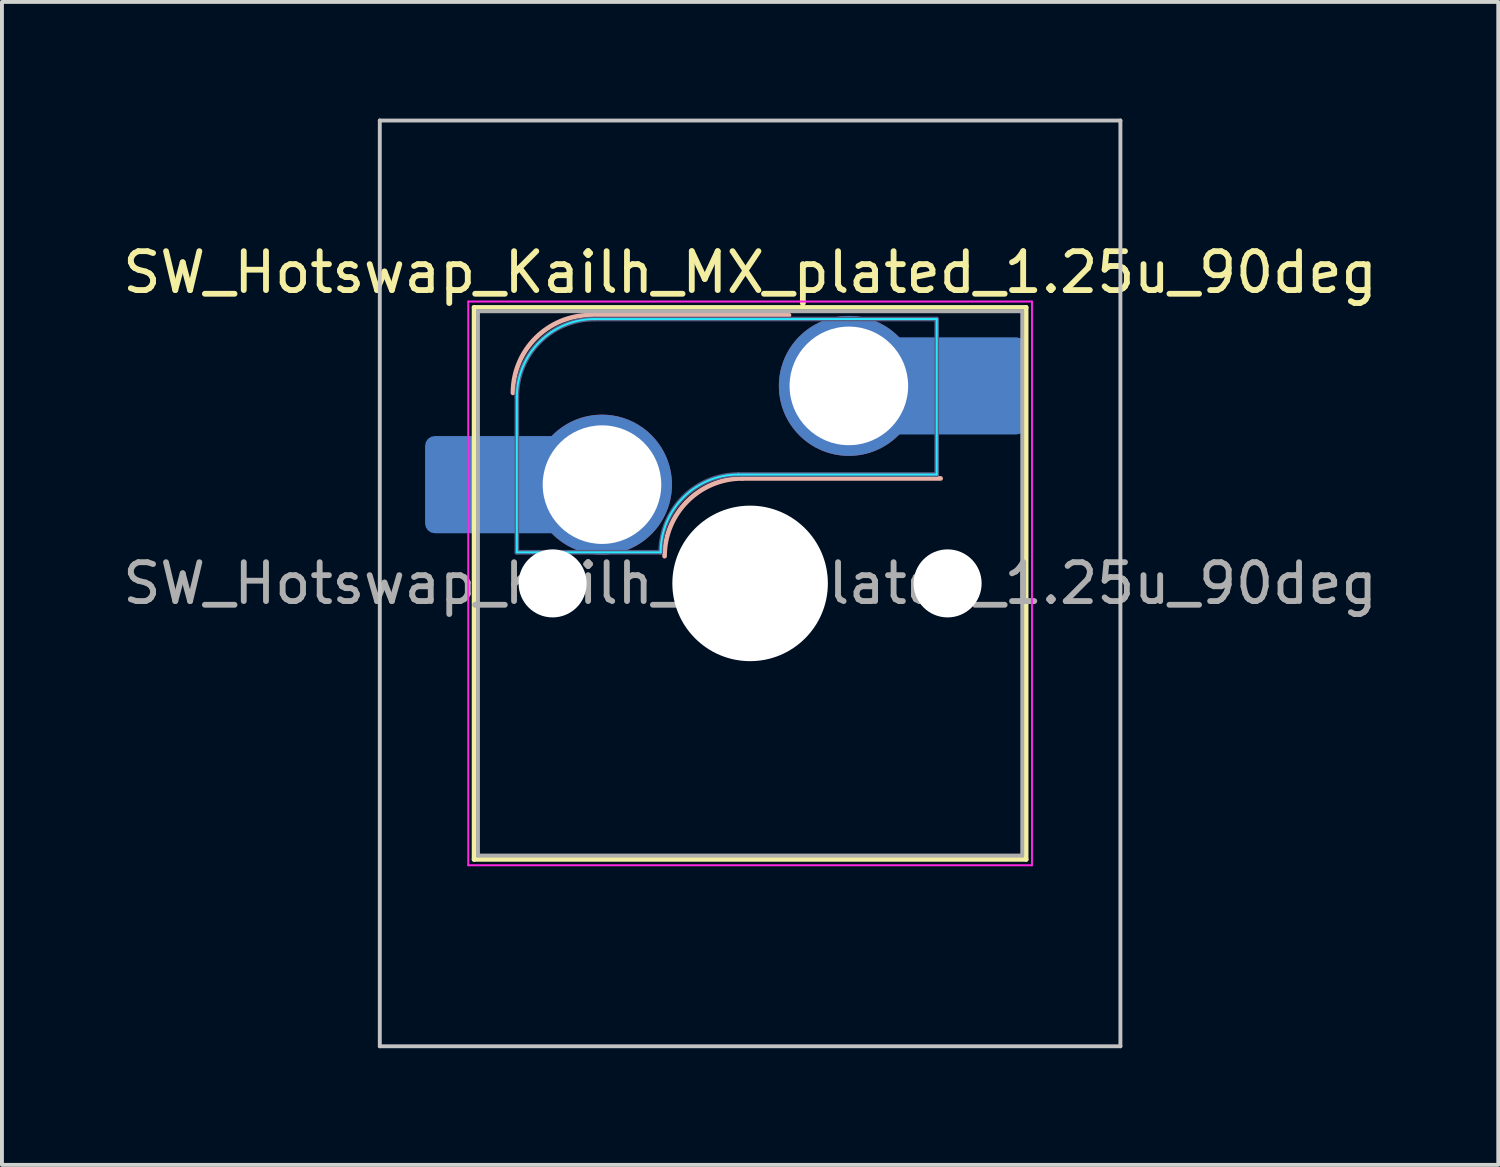
<source format=kicad_pcb>
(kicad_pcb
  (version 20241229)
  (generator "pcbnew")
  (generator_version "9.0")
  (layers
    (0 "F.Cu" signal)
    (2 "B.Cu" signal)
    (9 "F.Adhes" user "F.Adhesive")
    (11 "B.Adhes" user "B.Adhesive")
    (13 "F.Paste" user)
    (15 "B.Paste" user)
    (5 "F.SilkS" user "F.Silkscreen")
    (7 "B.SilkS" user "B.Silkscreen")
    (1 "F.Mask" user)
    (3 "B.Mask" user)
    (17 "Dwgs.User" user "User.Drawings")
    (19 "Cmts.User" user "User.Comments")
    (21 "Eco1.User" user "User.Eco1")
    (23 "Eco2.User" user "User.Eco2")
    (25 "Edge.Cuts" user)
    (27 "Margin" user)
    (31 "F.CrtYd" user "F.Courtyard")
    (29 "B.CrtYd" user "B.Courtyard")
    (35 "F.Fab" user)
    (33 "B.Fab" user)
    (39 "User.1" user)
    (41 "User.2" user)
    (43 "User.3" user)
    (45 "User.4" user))
  (footprint "SW_Hotswap_Kailh_MX_plated_1.25u_90deg"
    (layer "F.Cu")
    (at 16.244 11.956)
    (property "Reference" "SW_Hotswap_Kailh_MX_plated_1.25u_90deg" (at 0 -8 0) (layer "F.SilkS") (effects (font (size 1 1) (thickness 0.15))))
    (attr smd)
    (fp_line (start -7.1 -7.1) (end -7.1 7.1) (stroke (width 0.12) (type solid)) (layer "F.SilkS"))
    (fp_line (start -7.1 7.1) (end 7.1 7.1) (stroke (width 0.12) (type solid)) (layer "F.SilkS"))
    (fp_line (start 7.1 -7.1) (end -7.1 -7.1) (stroke (width 0.12) (type solid)) (layer "F.SilkS"))
    (fp_line (start 7.1 7.1) (end 7.1 -7.1) (stroke (width 0.12) (type solid)) (layer "F.SilkS"))
    (fp_line (start -4.1 -6.9) (end 1 -6.9) (stroke (width 0.12) (type solid)) (layer "B.SilkS"))
    (fp_line (start -0.2 -2.7) (end 4.9 -2.7) (stroke (width 0.12) (type solid)) (layer "B.SilkS"))
    (fp_arc (start -6.1 -4.9) (mid -5.514214 -6.314214) (end -4.1 -6.9) (stroke (width 0.12) (type solid)) (layer "B.SilkS"))
    (fp_arc (start -2.2 -0.7) (mid -1.614214 -2.114214) (end -0.2 -2.7) (stroke (width 0.12) (type solid)) (layer "B.SilkS"))
    (fp_line (start -9.525 -11.906) (end 9.525 -11.906) (stroke (width 0.1) (type solid)) (layer "Dwgs.User"))
    (fp_line (start -9.525 11.906) (end -9.525 -11.906) (stroke (width 0.1) (type solid)) (layer "Dwgs.User"))
    (fp_line (start 9.525 -11.906) (end 9.525 11.906) (stroke (width 0.1) (type solid)) (layer "Dwgs.User"))
    (fp_line (start 9.525 11.906) (end -9.525 11.906) (stroke (width 0.1) (type solid)) (layer "Dwgs.User"))
    (fp_line (start -7.8 -6) (end -7 -6) (stroke (width 0.1) (type solid)) (layer "Eco1.User"))
    (fp_line (start -7.8 -2.9) (end -7.8 -6) (stroke (width 0.1) (type solid)) (layer "Eco1.User"))
    (fp_line (start -7.8 2.9) (end -7 2.9) (stroke (width 0.1) (type solid)) (layer "Eco1.User"))
    (fp_line (start -7.8 6) (end -7.8 2.9) (stroke (width 0.1) (type solid)) (layer "Eco1.User"))
    (fp_line (start -7 -7) (end 7 -7) (stroke (width 0.1) (type solid)) (layer "Eco1.User"))
    (fp_line (start -7 -6) (end -7 -7) (stroke (width 0.1) (type solid)) (layer "Eco1.User"))
    (fp_line (start -7 -2.9) (end -7.8 -2.9) (stroke (width 0.1) (type solid)) (layer "Eco1.User"))
    (fp_line (start -7 2.9) (end -7 -2.9) (stroke (width 0.1) (type solid)) (layer "Eco1.User"))
    (fp_line (start -7 6) (end -7.8 6) (stroke (width 0.1) (type solid)) (layer "Eco1.User"))
    (fp_line (start -7 7) (end -7 6) (stroke (width 0.1) (type solid)) (layer "Eco1.User"))
    (fp_line (start 7 -7) (end 7 -6) (stroke (width 0.1) (type solid)) (layer "Eco1.User"))
    (fp_line (start 7 -6) (end 7.8 -6) (stroke (width 0.1) (type solid)) (layer "Eco1.User"))
    (fp_line (start 7 -2.9) (end 7 2.9) (stroke (width 0.1) (type solid)) (layer "Eco1.User"))
    (fp_line (start 7 2.9) (end 7.8 2.9) (stroke (width 0.1) (type solid)) (layer "Eco1.User"))
    (fp_line (start 7 6) (end 7 7) (stroke (width 0.1) (type solid)) (layer "Eco1.User"))
    (fp_line (start 7 7) (end -7 7) (stroke (width 0.1) (type solid)) (layer "Eco1.User"))
    (fp_line (start 7.8 -6) (end 7.8 -2.9) (stroke (width 0.1) (type solid)) (layer "Eco1.User"))
    (fp_line (start 7.8 -2.9) (end 7 -2.9) (stroke (width 0.1) (type solid)) (layer "Eco1.User"))
    (fp_line (start 7.8 2.9) (end 7.8 6) (stroke (width 0.1) (type solid)) (layer "Eco1.User"))
    (fp_line (start 7.8 6) (end 7 6) (stroke (width 0.1) (type solid)) (layer "Eco1.User"))
    (fp_line (start -6 -0.8) (end -6 -4.8) (stroke (width 0.05) (type solid)) (layer "B.CrtYd"))
    (fp_line (start -6 -0.8) (end -2.3 -0.8) (stroke (width 0.05) (type solid)) (layer "B.CrtYd"))
    (fp_line (start -4 -6.8) (end 4.8 -6.8) (stroke (width 0.05) (type solid)) (layer "B.CrtYd"))
    (fp_line (start -0.3 -2.8) (end 4.8 -2.8) (stroke (width 0.05) (type solid)) (layer "B.CrtYd"))
    (fp_line (start 4.8 -6.8) (end 4.8 -2.8) (stroke (width 0.05) (type solid)) (layer "B.CrtYd"))
    (fp_arc (start -6 -4.8) (mid -5.414214 -6.214214) (end -4 -6.8) (stroke (width 0.05) (type solid)) (layer "B.CrtYd"))
    (fp_arc (start -2.3 -0.8) (mid -1.714214 -2.214214) (end -0.3 -2.8) (stroke (width 0.05) (type solid)) (layer "B.CrtYd"))
    (fp_line (start -7.25 -7.25) (end -7.25 7.25) (stroke (width 0.05) (type solid)) (layer "F.CrtYd"))
    (fp_line (start -7.25 7.25) (end 7.25 7.25) (stroke (width 0.05) (type solid)) (layer "F.CrtYd"))
    (fp_line (start 7.25 -7.25) (end -7.25 -7.25) (stroke (width 0.05) (type solid)) (layer "F.CrtYd"))
    (fp_line (start 7.25 7.25) (end 7.25 -7.25) (stroke (width 0.05) (type solid)) (layer "F.CrtYd"))
    (fp_line (start -6 -0.8) (end -6 -4.8) (stroke (width 0.12) (type solid)) (layer "B.Fab"))
    (fp_line (start -6 -0.8) (end -2.3 -0.8) (stroke (width 0.12) (type solid)) (layer "B.Fab"))
    (fp_line (start -4 -6.8) (end 4.8 -6.8) (stroke (width 0.12) (type solid)) (layer "B.Fab"))
    (fp_line (start -0.3 -2.8) (end 4.8 -2.8) (stroke (width 0.12) (type solid)) (layer "B.Fab"))
    (fp_line (start 4.8 -6.8) (end 4.8 -2.8) (stroke (width 0.12) (type solid)) (layer "B.Fab"))
    (fp_arc (start -6 -4.8) (mid -5.414214 -6.214214) (end -4 -6.8) (stroke (width 0.12) (type solid)) (layer "B.Fab"))
    (fp_arc (start -2.3 -0.8) (mid -1.714214 -2.214214) (end -0.3 -2.8) (stroke (width 0.12) (type solid)) (layer "B.Fab"))
    (fp_line (start -7 -7) (end -7 7) (stroke (width 0.1) (type solid)) (layer "F.Fab"))
    (fp_line (start -7 7) (end 7 7) (stroke (width 0.1) (type solid)) (layer "F.Fab"))
    (fp_line (start 7 -7) (end -7 -7) (stroke (width 0.1) (type solid)) (layer "F.Fab"))
    (fp_line (start 7 7) (end 7 -7) (stroke (width 0.1) (type solid)) (layer "F.Fab"))
    (fp_text user "${REFERENCE}" (at 0 0 0) (layer "F.Fab") (effects (font (size 1 1) (thickness 0.15))))
    (pad "" smd roundrect (at -7.085 -2.54) (size 2.55 2.5) (layers "B.Mask" "B.Paste") (roundrect_rratio 0.1))
    (pad "" np_thru_hole circle (at -5.08 0) (size 1.75 1.75) (drill 1.75) (layers "*.Cu" "*.Mask"))
    (pad "" smd circle (at -3.81 -2.54) (size 3.1 3.1) (layers "F.Mask"))
    (pad "" np_thru_hole circle (at 0 0) (size 4 4) (drill 4) (layers "*.Cu" "*.Mask"))
    (pad "" smd circle (at 2.54 -5.08) (size 3.1 3.1) (layers "F.Mask"))
    (pad "" np_thru_hole circle (at 5.08 0) (size 1.75 1.75) (drill 1.75) (layers "*.Cu" "*.Mask"))
    (pad "" smd roundrect (at 5.842 -5.08) (size 2.55 2.5) (layers "B.Mask" "B.Paste") (roundrect_rratio 0.1))
    (pad "1" smd roundrect (at -6.585 -2.54) (size 3.55 2.5) (layers "B.Cu") (roundrect_rratio 0.1))
    (pad "1" thru_hole circle (at -3.81 -2.54) (size 3.6 3.6) (drill 3.05) (layers "*.Cu" "B.Mask"))
    (pad "2" thru_hole circle (at 2.54 -5.08) (size 3.6 3.6) (drill 3.05) (layers "*.Cu" "B.Mask"))
    (pad "2" smd roundrect (at 5.32 -5.08) (size 3.55 2.5) (layers "B.Cu") (roundrect_rratio 0.1)))
  (gr_rect
    (start -3 -3)
    (end 35.488 26.913)
    (stroke (width 0.1) (type default))
    (fill no)
    (layer "Edge.Cuts")))
</source>
